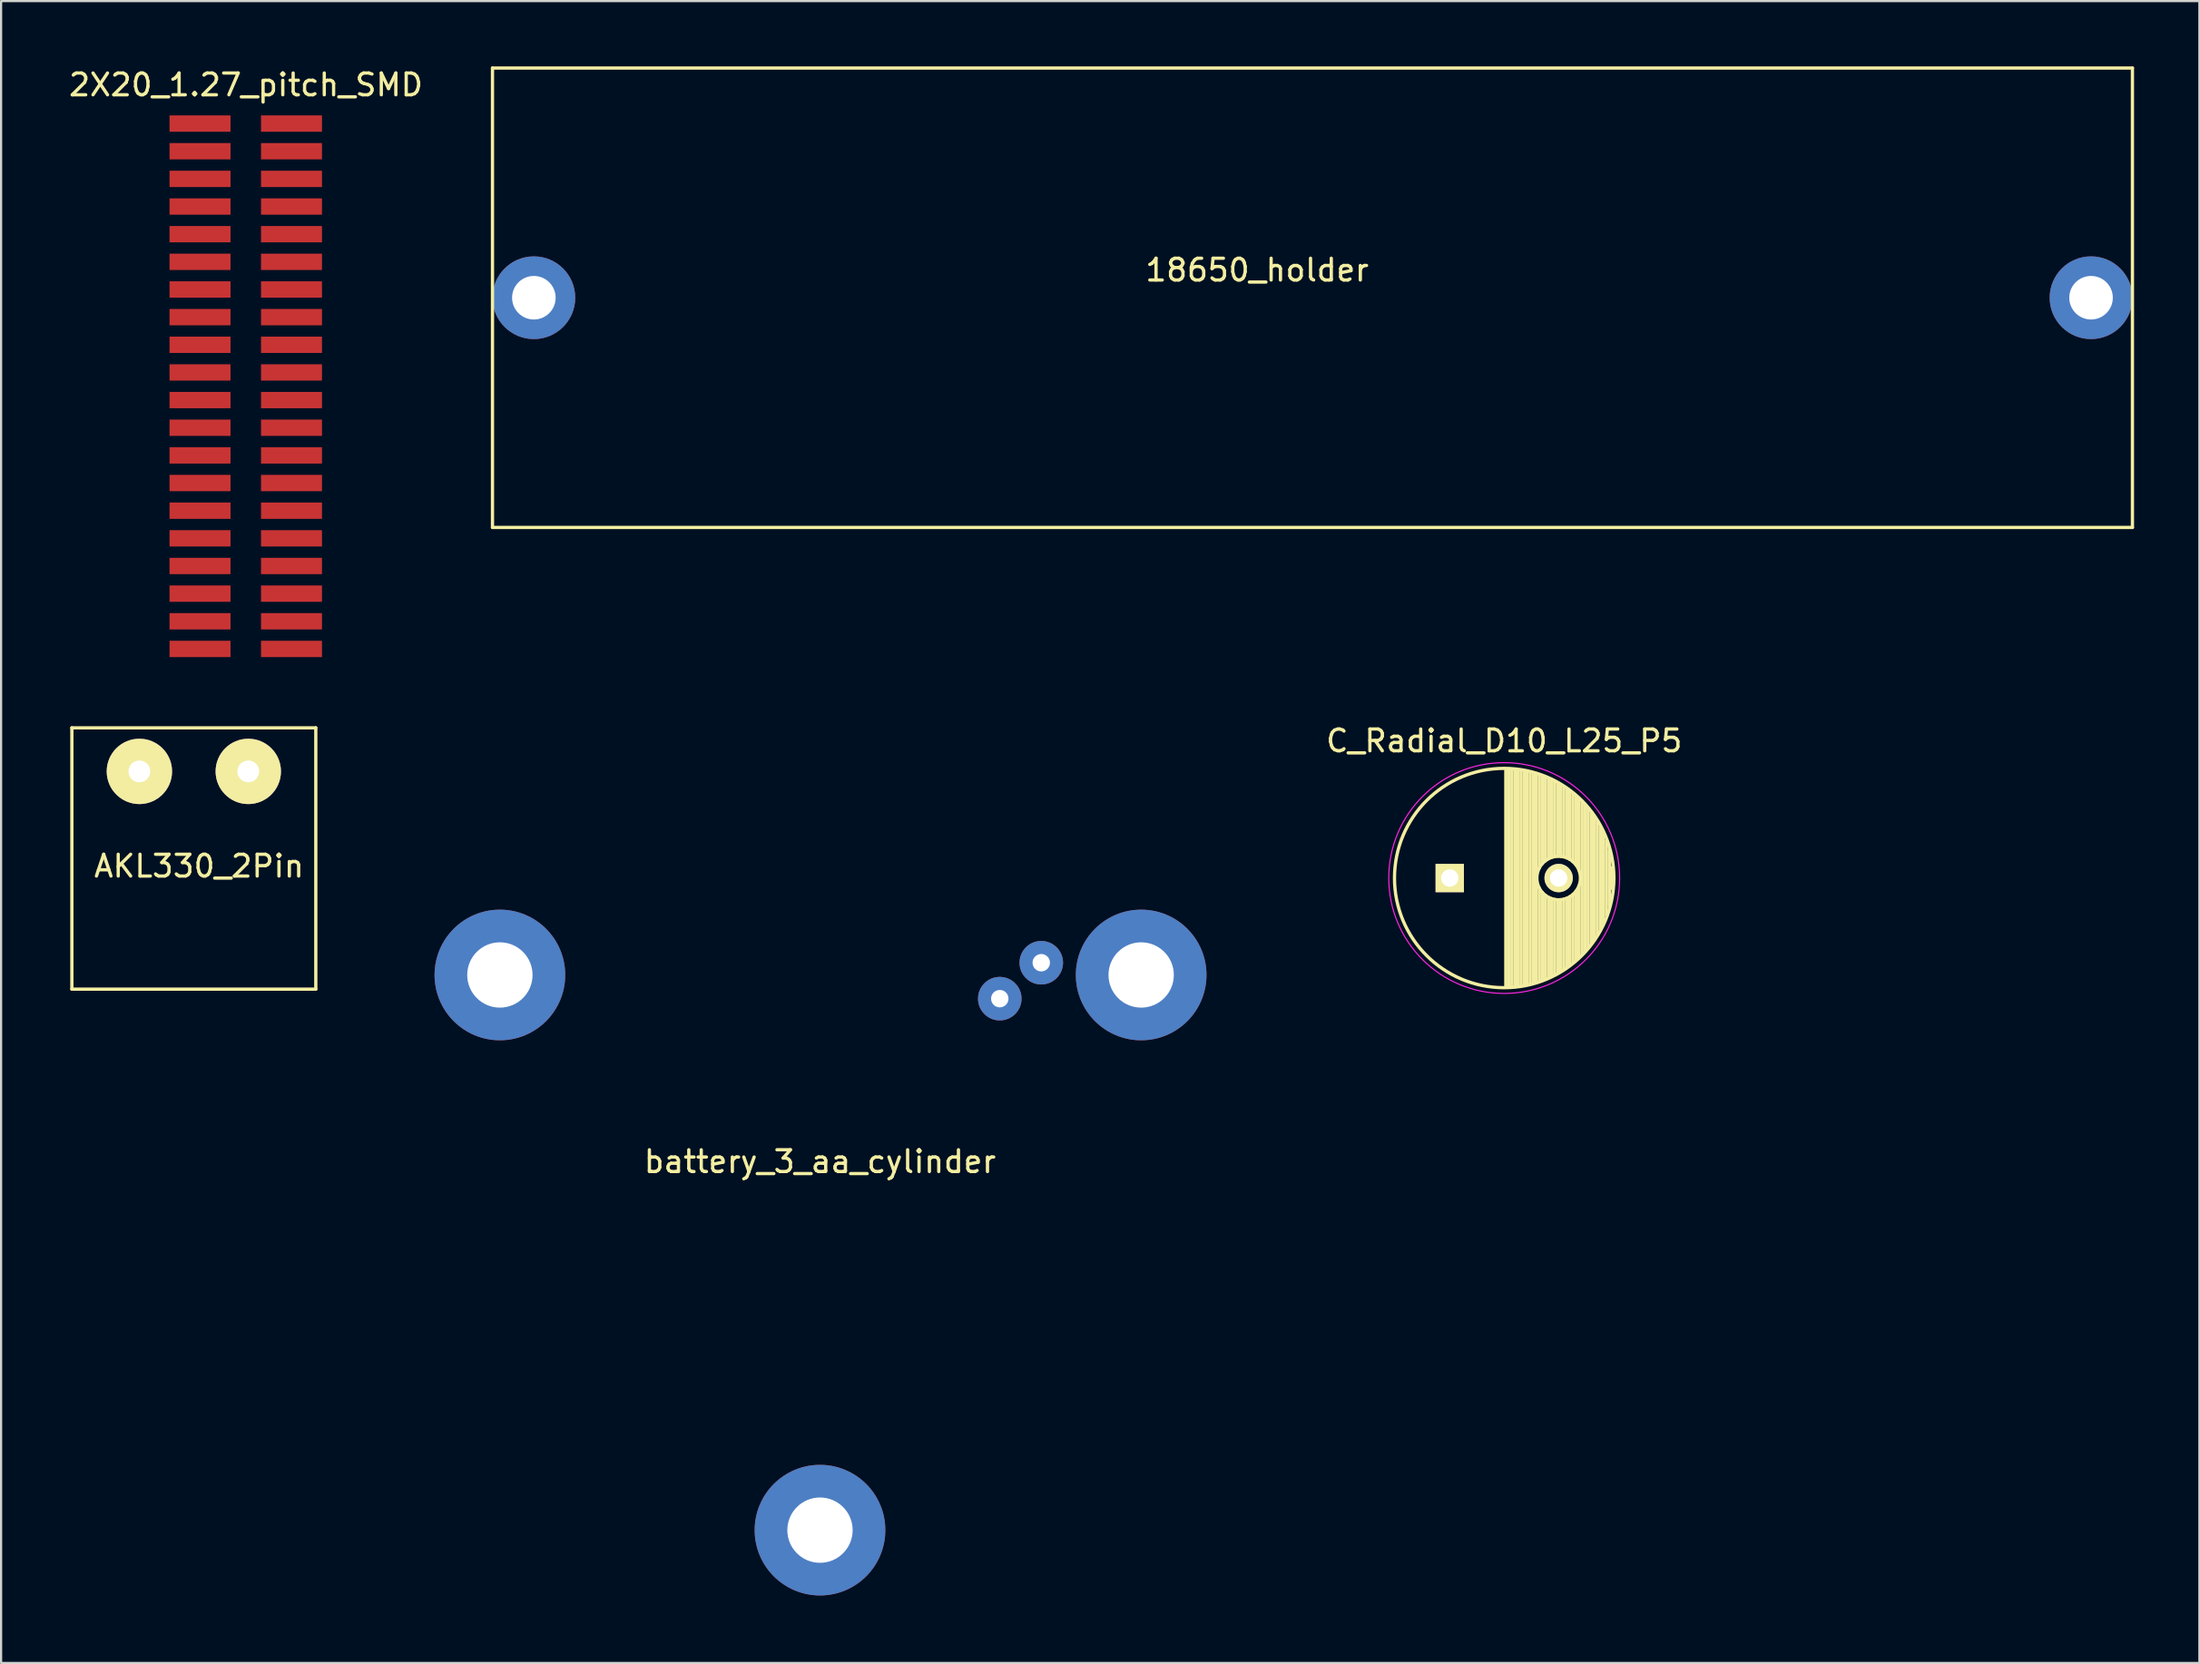
<source format=kicad_pcb>
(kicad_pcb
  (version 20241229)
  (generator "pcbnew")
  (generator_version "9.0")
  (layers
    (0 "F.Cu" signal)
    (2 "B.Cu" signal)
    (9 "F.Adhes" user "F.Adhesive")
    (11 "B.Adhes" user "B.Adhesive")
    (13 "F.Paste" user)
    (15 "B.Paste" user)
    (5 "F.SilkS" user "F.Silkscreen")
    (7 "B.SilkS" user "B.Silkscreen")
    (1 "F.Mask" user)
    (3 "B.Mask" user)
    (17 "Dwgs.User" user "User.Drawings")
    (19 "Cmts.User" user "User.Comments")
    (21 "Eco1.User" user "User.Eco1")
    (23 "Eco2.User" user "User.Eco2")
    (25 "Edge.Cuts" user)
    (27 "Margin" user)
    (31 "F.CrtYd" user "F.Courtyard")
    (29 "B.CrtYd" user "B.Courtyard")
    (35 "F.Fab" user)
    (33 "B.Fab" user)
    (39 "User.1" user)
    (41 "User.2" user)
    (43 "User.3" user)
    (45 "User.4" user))
  (footprint "2X20_1.27_pitch_SMD"
    (layer "F.Cu")
    (at 8.244 2.626)
    (property "Reference" "2X20_1.27_pitch_SMD" (at 0 -1.778 0) (layer "F.SilkS") (effects (font (size 1 1) (thickness 0.15))))
    (attr through_hole)
    (pad "1" smd rect (at -2.11 0) (size 2.8 0.75) (layers "F.Cu" "F.Mask" "F.Paste"))
    (pad "2" smd rect (at -2.11 1.27) (size 2.8 0.75) (layers "F.Cu" "F.Mask" "F.Paste"))
    (pad "3" smd rect (at -2.11 2.54) (size 2.8 0.75) (layers "F.Cu" "F.Mask" "F.Paste"))
    (pad "4" smd rect (at -2.11 3.81) (size 2.8 0.75) (layers "F.Cu" "F.Mask" "F.Paste"))
    (pad "5" smd rect (at -2.11 5.08) (size 2.8 0.75) (layers "F.Cu" "F.Mask" "F.Paste"))
    (pad "6" smd rect (at -2.11 6.35) (size 2.8 0.75) (layers "F.Cu" "F.Mask" "F.Paste"))
    (pad "7" smd rect (at -2.11 7.62) (size 2.8 0.75) (layers "F.Cu" "F.Mask" "F.Paste"))
    (pad "8" smd rect (at -2.11 8.89) (size 2.8 0.75) (layers "F.Cu" "F.Mask" "F.Paste"))
    (pad "9" smd rect (at -2.11 10.16) (size 2.8 0.75) (layers "F.Cu" "F.Mask" "F.Paste"))
    (pad "10" smd rect (at -2.11 11.43) (size 2.8 0.75) (layers "F.Cu" "F.Mask" "F.Paste"))
    (pad "11" smd rect (at -2.11 12.7) (size 2.8 0.75) (layers "F.Cu" "F.Mask" "F.Paste"))
    (pad "12" smd rect (at -2.11 13.97) (size 2.8 0.75) (layers "F.Cu" "F.Mask" "F.Paste"))
    (pad "13" smd rect (at -2.11 15.24) (size 2.8 0.75) (layers "F.Cu" "F.Mask" "F.Paste"))
    (pad "14" smd rect (at -2.11 16.51) (size 2.8 0.75) (layers "F.Cu" "F.Mask" "F.Paste"))
    (pad "15" smd rect (at -2.11 17.78) (size 2.8 0.75) (layers "F.Cu" "F.Mask" "F.Paste"))
    (pad "16" smd rect (at -2.11 19.05) (size 2.8 0.75) (layers "F.Cu" "F.Mask" "F.Paste"))
    (pad "17" smd rect (at -2.11 20.32) (size 2.8 0.75) (layers "F.Cu" "F.Mask" "F.Paste"))
    (pad "18" smd rect (at -2.11 21.59) (size 2.8 0.75) (layers "F.Cu" "F.Mask" "F.Paste"))
    (pad "19" smd rect (at -2.11 22.86) (size 2.8 0.75) (layers "F.Cu" "F.Mask" "F.Paste"))
    (pad "20" smd rect (at -2.11 24.13) (size 2.8 0.75) (layers "F.Cu" "F.Mask" "F.Paste"))
    (pad "21" smd rect (at 2.09 24.13) (size 2.8 0.75) (layers "F.Cu" "F.Mask" "F.Paste"))
    (pad "22" smd rect (at 2.09 22.86) (size 2.8 0.75) (layers "F.Cu" "F.Mask" "F.Paste"))
    (pad "23" smd rect (at 2.09 21.59) (size 2.8 0.75) (layers "F.Cu" "F.Mask" "F.Paste"))
    (pad "24" smd rect (at 2.09 20.32) (size 2.8 0.75) (layers "F.Cu" "F.Mask" "F.Paste"))
    (pad "25" smd rect (at 2.09 19.05) (size 2.8 0.75) (layers "F.Cu" "F.Mask" "F.Paste"))
    (pad "26" smd rect (at 2.09 17.78) (size 2.8 0.75) (layers "F.Cu" "F.Mask" "F.Paste"))
    (pad "27" smd rect (at 2.09 16.51) (size 2.8 0.75) (layers "F.Cu" "F.Mask" "F.Paste"))
    (pad "28" smd rect (at 2.09 15.24) (size 2.8 0.75) (layers "F.Cu" "F.Mask" "F.Paste"))
    (pad "29" smd rect (at 2.09 13.97) (size 2.8 0.75) (layers "F.Cu" "F.Mask" "F.Paste"))
    (pad "30" smd rect (at 2.09 12.7) (size 2.8 0.75) (layers "F.Cu" "F.Mask" "F.Paste"))
    (pad "31" smd rect (at 2.09 11.43) (size 2.8 0.75) (layers "F.Cu" "F.Mask" "F.Paste"))
    (pad "32" smd rect (at 2.09 10.16) (size 2.8 0.75) (layers "F.Cu" "F.Mask" "F.Paste"))
    (pad "33" smd rect (at 2.09 8.89) (size 2.8 0.75) (layers "F.Cu" "F.Mask" "F.Paste"))
    (pad "34" smd rect (at 2.09 7.62) (size 2.8 0.75) (layers "F.Cu" "F.Mask" "F.Paste"))
    (pad "35" smd rect (at 2.09 6.35) (size 2.8 0.75) (layers "F.Cu" "F.Mask" "F.Paste"))
    (pad "36" smd rect (at 2.09 5.08) (size 2.8 0.75) (layers "F.Cu" "F.Mask" "F.Paste"))
    (pad "37" smd rect (at 2.09 3.81) (size 2.8 0.75) (layers "F.Cu" "F.Mask" "F.Paste"))
    (pad "38" smd rect (at 2.09 2.54) (size 2.8 0.75) (layers "F.Cu" "F.Mask" "F.Paste"))
    (pad "39" smd rect (at 2.09 1.27) (size 2.8 0.75) (layers "F.Cu" "F.Mask" "F.Paste"))
    (pad "40" smd rect (at 2.09 0) (size 2.8 0.75) (layers "F.Cu" "F.Mask" "F.Paste")))
  (footprint "battery_3_aa_cylinder"
    (layer "F.Cu")
    (at 34.601 49.804)
    (property "Reference" "battery_3_aa_cylinder" (at 0 0.5 0) (layer "F.SilkS") (effects (font (size 1 1) (thickness 0.15))))
    (attr through_hole)
    (fp_circle (center 0.024 0.427) (end 20.024 0.427) (stroke (width 0.2) (type solid)) (fill no) (layer "Margin"))
    (pad "" np_thru_hole circle (at -14.698 -8.073) (size 6 6) (drill 3) (layers "*.Cu" "*.Mask"))
    (pad "" np_thru_hole circle (at 0 17.427) (size 6 6) (drill 3) (layers "*.Cu" "*.Mask"))
    (pad "" np_thru_hole circle (at 14.747 -8.073) (size 6 6) (drill 3) (layers "*.Cu" "*.Mask"))
    (pad "1" thru_hole circle (at 10.16 -8.636) (size 2 2) (drill 0.8) (layers "*.Cu" "*.Mask"))
    (pad "2" thru_hole circle (at 8.255 -6.985) (size 2 2) (drill 0.8) (layers "*.Cu" "*.Mask")))
  (footprint "C_Radial_D10_L25_P5"
    (layer "F.Cu")
    (at 63.517 37.279)
    (property "Reference" "C_Radial_D10_L25_P5" (at 2.5 -6.3 0) (layer "F.SilkS") (effects (font (size 1 1) (thickness 0.15))))
    (attr through_hole)
    (fp_line (start 2.575 -4.999) (end 2.575 4.999) (stroke (width 0.15) (type solid)) (layer "F.SilkS"))
    (fp_line (start 2.715 -4.995) (end 2.715 4.995) (stroke (width 0.15) (type solid)) (layer "F.SilkS"))
    (fp_line (start 2.855 -4.987) (end 2.855 4.987) (stroke (width 0.15) (type solid)) (layer "F.SilkS"))
    (fp_line (start 2.995 -4.975) (end 2.995 4.975) (stroke (width 0.15) (type solid)) (layer "F.SilkS"))
    (fp_line (start 3.135 -4.96) (end 3.135 4.96) (stroke (width 0.15) (type solid)) (layer "F.SilkS"))
    (fp_line (start 3.275 -4.94) (end 3.275 4.94) (stroke (width 0.15) (type solid)) (layer "F.SilkS"))
    (fp_line (start 3.415 -4.916) (end 3.415 4.916) (stroke (width 0.15) (type solid)) (layer "F.SilkS"))
    (fp_line (start 3.555 -4.887) (end 3.555 4.887) (stroke (width 0.15) (type solid)) (layer "F.SilkS"))
    (fp_line (start 3.695 -4.855) (end 3.695 4.855) (stroke (width 0.15) (type solid)) (layer "F.SilkS"))
    (fp_line (start 3.835 -4.818) (end 3.835 4.818) (stroke (width 0.15) (type solid)) (layer "F.SilkS"))
    (fp_line (start 3.975 -4.777) (end 3.975 4.777) (stroke (width 0.15) (type solid)) (layer "F.SilkS"))
    (fp_line (start 4.115 -4.732) (end 4.115 -0.466) (stroke (width 0.15) (type solid)) (layer "F.SilkS"))
    (fp_line (start 4.115 0.466) (end 4.115 4.732) (stroke (width 0.15) (type solid)) (layer "F.SilkS"))
    (fp_line (start 4.255 -4.682) (end 4.255 -0.667) (stroke (width 0.15) (type solid)) (layer "F.SilkS"))
    (fp_line (start 4.255 0.667) (end 4.255 4.682) (stroke (width 0.15) (type solid)) (layer "F.SilkS"))
    (fp_line (start 4.395 -4.627) (end 4.395 -0.796) (stroke (width 0.15) (type solid)) (layer "F.SilkS"))
    (fp_line (start 4.395 0.796) (end 4.395 4.627) (stroke (width 0.15) (type solid)) (layer "F.SilkS"))
    (fp_line (start 4.535 -4.567) (end 4.535 -0.885) (stroke (width 0.15) (type solid)) (layer "F.SilkS"))
    (fp_line (start 4.535 0.885) (end 4.535 4.567) (stroke (width 0.15) (type solid)) (layer "F.SilkS"))
    (fp_line (start 4.675 -4.502) (end 4.675 -0.946) (stroke (width 0.15) (type solid)) (layer "F.SilkS"))
    (fp_line (start 4.675 0.946) (end 4.675 4.502) (stroke (width 0.15) (type solid)) (layer "F.SilkS"))
    (fp_line (start 4.815 -4.432) (end 4.815 -0.983) (stroke (width 0.15) (type solid)) (layer "F.SilkS"))
    (fp_line (start 4.815 0.983) (end 4.815 4.432) (stroke (width 0.15) (type solid)) (layer "F.SilkS"))
    (fp_line (start 4.955 -4.356) (end 4.955 -0.999) (stroke (width 0.15) (type solid)) (layer "F.SilkS"))
    (fp_line (start 4.955 0.999) (end 4.955 4.356) (stroke (width 0.15) (type solid)) (layer "F.SilkS"))
    (fp_line (start 5.095 -4.274) (end 5.095 -0.995) (stroke (width 0.15) (type solid)) (layer "F.SilkS"))
    (fp_line (start 5.095 0.995) (end 5.095 4.274) (stroke (width 0.15) (type solid)) (layer "F.SilkS"))
    (fp_line (start 5.235 -4.186) (end 5.235 -0.972) (stroke (width 0.15) (type solid)) (layer "F.SilkS"))
    (fp_line (start 5.235 0.972) (end 5.235 4.186) (stroke (width 0.15) (type solid)) (layer "F.SilkS"))
    (fp_line (start 5.375 -4.091) (end 5.375 -0.927) (stroke (width 0.15) (type solid)) (layer "F.SilkS"))
    (fp_line (start 5.375 0.927) (end 5.375 4.091) (stroke (width 0.15) (type solid)) (layer "F.SilkS"))
    (fp_line (start 5.515 -3.989) (end 5.515 -0.857) (stroke (width 0.15) (type solid)) (layer "F.SilkS"))
    (fp_line (start 5.515 0.857) (end 5.515 3.989) (stroke (width 0.15) (type solid)) (layer "F.SilkS"))
    (fp_line (start 5.655 -3.879) (end 5.655 -0.756) (stroke (width 0.15) (type solid)) (layer "F.SilkS"))
    (fp_line (start 5.655 0.756) (end 5.655 3.879) (stroke (width 0.15) (type solid)) (layer "F.SilkS"))
    (fp_line (start 5.795 -3.761) (end 5.795 -0.607) (stroke (width 0.15) (type solid)) (layer "F.SilkS"))
    (fp_line (start 5.795 0.607) (end 5.795 3.761) (stroke (width 0.15) (type solid)) (layer "F.SilkS"))
    (fp_line (start 5.935 -3.633) (end 5.935 -0.355) (stroke (width 0.15) (type solid)) (layer "F.SilkS"))
    (fp_line (start 5.935 0.355) (end 5.935 3.633) (stroke (width 0.15) (type solid)) (layer "F.SilkS"))
    (fp_line (start 6.075 -3.496) (end 6.075 3.496) (stroke (width 0.15) (type solid)) (layer "F.SilkS"))
    (fp_line (start 6.215 -3.346) (end 6.215 3.346) (stroke (width 0.15) (type solid)) (layer "F.SilkS"))
    (fp_line (start 6.355 -3.184) (end 6.355 3.184) (stroke (width 0.15) (type solid)) (layer "F.SilkS"))
    (fp_line (start 6.495 -3.007) (end 6.495 3.007) (stroke (width 0.15) (type solid)) (layer "F.SilkS"))
    (fp_line (start 6.635 -2.811) (end 6.635 2.811) (stroke (width 0.15) (type solid)) (layer "F.SilkS"))
    (fp_line (start 6.775 -2.593) (end 6.775 2.593) (stroke (width 0.15) (type solid)) (layer "F.SilkS"))
    (fp_line (start 6.915 -2.347) (end 6.915 2.347) (stroke (width 0.15) (type solid)) (layer "F.SilkS"))
    (fp_line (start 7.055 -2.062) (end 7.055 2.062) (stroke (width 0.15) (type solid)) (layer "F.SilkS"))
    (fp_line (start 7.195 -1.72) (end 7.195 1.72) (stroke (width 0.15) (type solid)) (layer "F.SilkS"))
    (fp_line (start 7.335 -1.274) (end 7.335 1.274) (stroke (width 0.15) (type solid)) (layer "F.SilkS"))
    (fp_line (start 7.475 -0.499) (end 7.475 0.499) (stroke (width 0.15) (type solid)) (layer "F.SilkS"))
    (fp_circle (center 2.5 0) (end 2.5 -5.037) (stroke (width 0.15) (type solid)) (fill no) (layer "F.SilkS"))
    (fp_circle (center 5 0) (end 5 -1) (stroke (width 0.15) (type solid)) (fill no) (layer "F.SilkS"))
    (fp_circle (center 2.5 0) (end 2.5 -5.3) (stroke (width 0.05) (type solid)) (fill no) (layer "F.CrtYd"))
    (pad "1" thru_hole rect (at 0 0) (size 1.3 1.3) (drill 0.8) (layers "*.Cu" "*.Mask" "F.SilkS"))
    (pad "2" thru_hole circle (at 5 0) (size 1.3 1.3) (drill 0.8) (layers "*.Cu" "*.Mask" "F.SilkS")))
  (footprint "18650_holder"
    (layer "F.Cu")
    (at 57.213 10.625)
    (property "Reference" "18650_holder" (at -2.54 -1.27 0) (layer "F.SilkS") (effects (font (size 1 1) (thickness 0.15))))
    (attr through_hole)
    (fp_line (start -37.65 -10.55) (end -37.65 10.55) (stroke (width 0.15) (type solid)) (layer "F.SilkS"))
    (fp_line (start -37.65 -10.55) (end 37.65 -10.55) (stroke (width 0.15) (type solid)) (layer "F.SilkS"))
    (fp_line (start -37.65 10.55) (end 37.65 10.55) (stroke (width 0.15) (type solid)) (layer "F.SilkS"))
    (fp_line (start 37.65 10.55) (end 37.65 -10.55) (stroke (width 0.15) (type solid)) (layer "F.SilkS"))
    (pad "1" thru_hole circle (at -35.75 0) (size 3.8 3.8) (drill 2) (layers "*.Cu" "*.Mask"))
    (pad "2" thru_hole circle (at 35.75 0) (size 3.8 3.8) (drill 2) (layers "*.Cu" "*.Mask")))
  (footprint "AKL330_2Pin"
    (layer "F.Cu")
    (at 0.25 30.381)
    (property "Reference" "AKL330_2Pin" (at 5.842 6.35 0) (layer "F.SilkS") (effects (font (size 1 1) (thickness 0.15))))
    (attr through_hole)
    (fp_line (start 0 0) (end 0 12) (stroke (width 0.15) (type solid)) (layer "F.SilkS"))
    (fp_line (start 0 0) (end 11.2 0) (stroke (width 0.15) (type solid)) (layer "F.SilkS"))
    (fp_line (start 0 12) (end 11.2 12) (stroke (width 0.15) (type solid)) (layer "F.SilkS"))
    (fp_line (start 11.2 0) (end 11.2 12) (stroke (width 0.15) (type solid)) (layer "F.SilkS"))
    (pad "1" thru_hole circle (at 3.1 2) (size 3 3) (drill 1) (layers "*.Cu" "*.Mask" "F.SilkS"))
    (pad "2" thru_hole circle (at 8.1 2) (size 3 3) (drill 1) (layers "*.Cu" "*.Mask" "F.SilkS")))
  (gr_rect
    (start -3 -3)
    (end 97.938 73.331)
    (stroke (width 0.1) (type default))
    (fill no)
    (layer "Edge.Cuts")))
</source>
